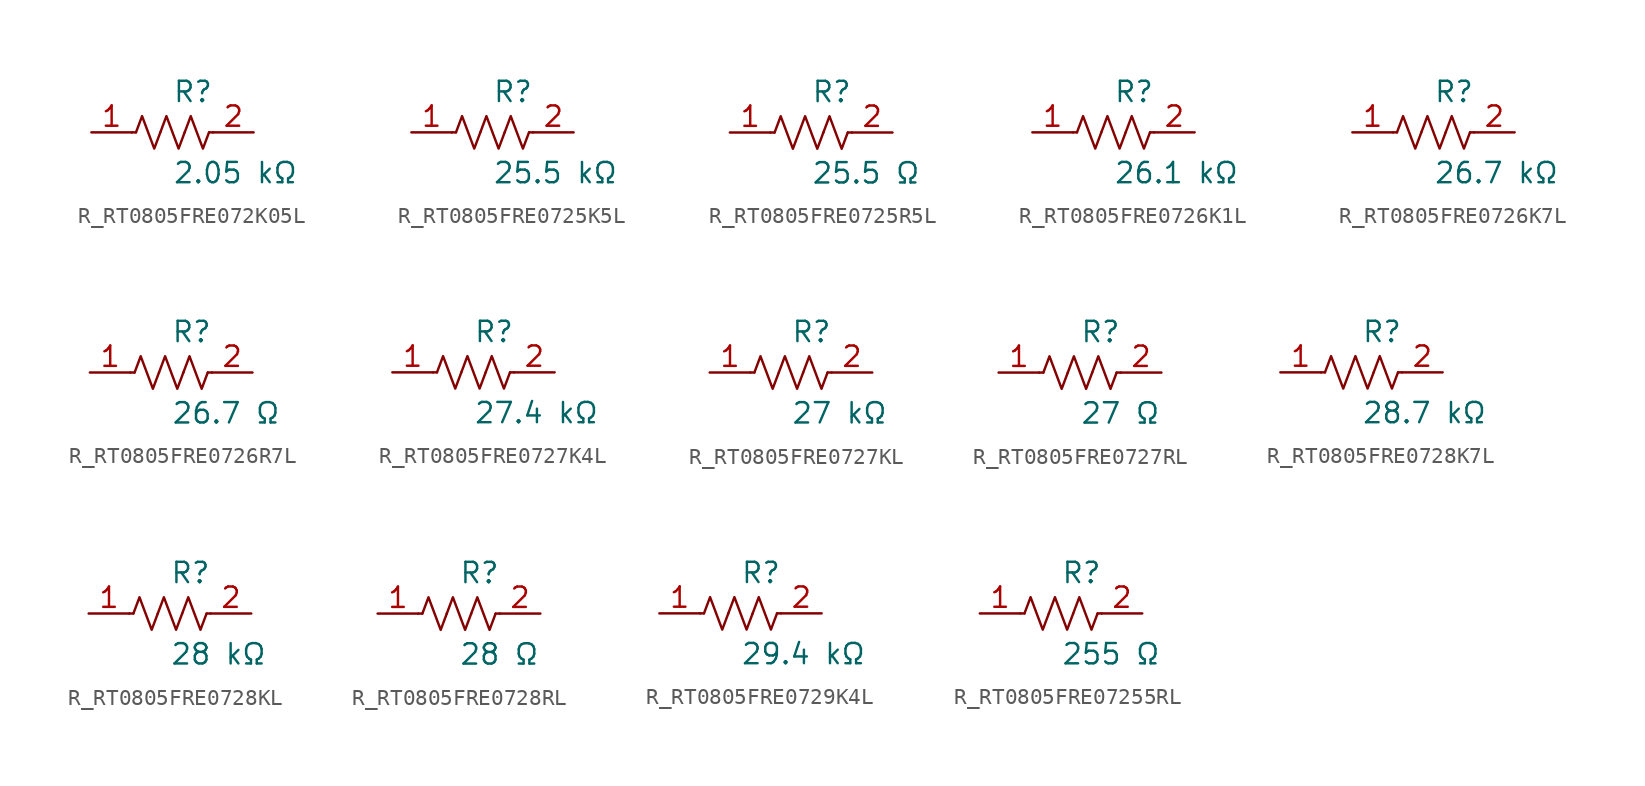
<source format=kicad_sym>
(kicad_symbol_lib
  (version 20231120)
  (generator kicad_symbol_editor)
  (generator_version 8.0)
  (symbol "R_RT0805FRE072K05L"
    (pin_names
      (offset 0.254))
    (property "Reference" "R"
      (at 0 2.54 0)
      (effects (font (size 1.27 1.27)) (justify left)))
    (property "Value" "2.05 kΩ"
      (at 0 -2.54 0)
      (effects (font (size 1.27 1.27)) (justify left)))
    (symbol "R_RT0805FRE072K05L_0_1"
      (polyline (pts (xy 2.286 0) (xy 2.54 0)) (stroke (width 0) (type default)) (fill (type none)))
      (polyline (pts (xy -2.286 0) (xy -2.54 0)) (stroke (width 0) (type default)) (fill (type none)))
      (polyline (pts (xy 0.762 0) (xy 1.143 1.016) (xy 1.524 0) (xy 1.905 -1.016) (xy 2.286 0)) (stroke (width 0) (type default)) (fill (type none)))
      (polyline (pts (xy -0.762 0) (xy -0.381 1.016) (xy 0 0) (xy 0.381 -1.016) (xy 0.762 0)) (stroke (width 0) (type default)) (fill (type none)))
      (polyline (pts (xy -2.286 0) (xy -1.905 1.016) (xy -1.524 0) (xy -1.143 -1.016) (xy -0.762 0)) (stroke (width 0) (type default)) (fill (type none))))
    (pin passive line
      (at -5.08 0 0)
      (length 2.54)
      (name "" (effects (font (size 1.27 1.27))))
      (number "1" (effects (font (size 1.27 1.27)))))
    (pin passive line
      (at 5.08 0 180)
      (length 2.54)
      (name "" (effects (font (size 1.27 1.27))))
      (number "2" (effects (font (size 1.27 1.27))))))
  (symbol "R_RT0805FRE0725K5L"
    (pin_names
      (offset 0.254))
    (property "Reference" "R"
      (at 0 2.54 0)
      (effects (font (size 1.27 1.27)) (justify left)))
    (property "Value" "25.5 kΩ"
      (at 0 -2.54 0)
      (effects (font (size 1.27 1.27)) (justify left)))
    (symbol "R_RT0805FRE0725K5L_0_1"
      (polyline (pts (xy 2.286 0) (xy 2.54 0)) (stroke (width 0) (type default)) (fill (type none)))
      (polyline (pts (xy -2.286 0) (xy -2.54 0)) (stroke (width 0) (type default)) (fill (type none)))
      (polyline (pts (xy 0.762 0) (xy 1.143 1.016) (xy 1.524 0) (xy 1.905 -1.016) (xy 2.286 0)) (stroke (width 0) (type default)) (fill (type none)))
      (polyline (pts (xy -0.762 0) (xy -0.381 1.016) (xy 0 0) (xy 0.381 -1.016) (xy 0.762 0)) (stroke (width 0) (type default)) (fill (type none)))
      (polyline (pts (xy -2.286 0) (xy -1.905 1.016) (xy -1.524 0) (xy -1.143 -1.016) (xy -0.762 0)) (stroke (width 0) (type default)) (fill (type none))))
    (pin passive line
      (at -5.08 0 0)
      (length 2.54)
      (name "" (effects (font (size 1.27 1.27))))
      (number "1" (effects (font (size 1.27 1.27)))))
    (pin passive line
      (at 5.08 0 180)
      (length 2.54)
      (name "" (effects (font (size 1.27 1.27))))
      (number "2" (effects (font (size 1.27 1.27))))))
  (symbol "R_RT0805FRE0725R5L"
    (pin_names
      (offset 0.254))
    (property "Reference" "R"
      (at 0 2.54 0)
      (effects (font (size 1.27 1.27)) (justify left)))
    (property "Value" "25.5 Ω"
      (at 0 -2.54 0)
      (effects (font (size 1.27 1.27)) (justify left)))
    (symbol "R_RT0805FRE0725R5L_0_1"
      (polyline (pts (xy 2.286 0) (xy 2.54 0)) (stroke (width 0) (type default)) (fill (type none)))
      (polyline (pts (xy -2.286 0) (xy -2.54 0)) (stroke (width 0) (type default)) (fill (type none)))
      (polyline (pts (xy 0.762 0) (xy 1.143 1.016) (xy 1.524 0) (xy 1.905 -1.016) (xy 2.286 0)) (stroke (width 0) (type default)) (fill (type none)))
      (polyline (pts (xy -0.762 0) (xy -0.381 1.016) (xy 0 0) (xy 0.381 -1.016) (xy 0.762 0)) (stroke (width 0) (type default)) (fill (type none)))
      (polyline (pts (xy -2.286 0) (xy -1.905 1.016) (xy -1.524 0) (xy -1.143 -1.016) (xy -0.762 0)) (stroke (width 0) (type default)) (fill (type none))))
    (pin passive line
      (at -5.08 0 0)
      (length 2.54)
      (name "" (effects (font (size 1.27 1.27))))
      (number "1" (effects (font (size 1.27 1.27)))))
    (pin passive line
      (at 5.08 0 180)
      (length 2.54)
      (name "" (effects (font (size 1.27 1.27))))
      (number "2" (effects (font (size 1.27 1.27))))))
  (symbol "R_RT0805FRE0726K1L"
    (pin_names
      (offset 0.254))
    (property "Reference" "R"
      (at 0 2.54 0)
      (effects (font (size 1.27 1.27)) (justify left)))
    (property "Value" "26.1 kΩ"
      (at 0 -2.54 0)
      (effects (font (size 1.27 1.27)) (justify left)))
    (symbol "R_RT0805FRE0726K1L_0_1"
      (polyline (pts (xy 2.286 0) (xy 2.54 0)) (stroke (width 0) (type default)) (fill (type none)))
      (polyline (pts (xy -2.286 0) (xy -2.54 0)) (stroke (width 0) (type default)) (fill (type none)))
      (polyline (pts (xy 0.762 0) (xy 1.143 1.016) (xy 1.524 0) (xy 1.905 -1.016) (xy 2.286 0)) (stroke (width 0) (type default)) (fill (type none)))
      (polyline (pts (xy -0.762 0) (xy -0.381 1.016) (xy 0 0) (xy 0.381 -1.016) (xy 0.762 0)) (stroke (width 0) (type default)) (fill (type none)))
      (polyline (pts (xy -2.286 0) (xy -1.905 1.016) (xy -1.524 0) (xy -1.143 -1.016) (xy -0.762 0)) (stroke (width 0) (type default)) (fill (type none))))
    (pin passive line
      (at -5.08 0 0)
      (length 2.54)
      (name "" (effects (font (size 1.27 1.27))))
      (number "1" (effects (font (size 1.27 1.27)))))
    (pin passive line
      (at 5.08 0 180)
      (length 2.54)
      (name "" (effects (font (size 1.27 1.27))))
      (number "2" (effects (font (size 1.27 1.27))))))
  (symbol "R_RT0805FRE0726K7L"
    (pin_names
      (offset 0.254))
    (property "Reference" "R"
      (at 0 2.54 0)
      (effects (font (size 1.27 1.27)) (justify left)))
    (property "Value" "26.7 kΩ"
      (at 0 -2.54 0)
      (effects (font (size 1.27 1.27)) (justify left)))
    (symbol "R_RT0805FRE0726K7L_0_1"
      (polyline (pts (xy 2.286 0) (xy 2.54 0)) (stroke (width 0) (type default)) (fill (type none)))
      (polyline (pts (xy -2.286 0) (xy -2.54 0)) (stroke (width 0) (type default)) (fill (type none)))
      (polyline (pts (xy 0.762 0) (xy 1.143 1.016) (xy 1.524 0) (xy 1.905 -1.016) (xy 2.286 0)) (stroke (width 0) (type default)) (fill (type none)))
      (polyline (pts (xy -0.762 0) (xy -0.381 1.016) (xy 0 0) (xy 0.381 -1.016) (xy 0.762 0)) (stroke (width 0) (type default)) (fill (type none)))
      (polyline (pts (xy -2.286 0) (xy -1.905 1.016) (xy -1.524 0) (xy -1.143 -1.016) (xy -0.762 0)) (stroke (width 0) (type default)) (fill (type none))))
    (pin passive line
      (at -5.08 0 0)
      (length 2.54)
      (name "" (effects (font (size 1.27 1.27))))
      (number "1" (effects (font (size 1.27 1.27)))))
    (pin passive line
      (at 5.08 0 180)
      (length 2.54)
      (name "" (effects (font (size 1.27 1.27))))
      (number "2" (effects (font (size 1.27 1.27))))))
  (symbol "R_RT0805FRE0726R7L"
    (pin_names
      (offset 0.254))
    (property "Reference" "R"
      (at 0 2.54 0)
      (effects (font (size 1.27 1.27)) (justify left)))
    (property "Value" "26.7 Ω"
      (at 0 -2.54 0)
      (effects (font (size 1.27 1.27)) (justify left)))
    (symbol "R_RT0805FRE0726R7L_0_1"
      (polyline (pts (xy 2.286 0) (xy 2.54 0)) (stroke (width 0) (type default)) (fill (type none)))
      (polyline (pts (xy -2.286 0) (xy -2.54 0)) (stroke (width 0) (type default)) (fill (type none)))
      (polyline (pts (xy 0.762 0) (xy 1.143 1.016) (xy 1.524 0) (xy 1.905 -1.016) (xy 2.286 0)) (stroke (width 0) (type default)) (fill (type none)))
      (polyline (pts (xy -0.762 0) (xy -0.381 1.016) (xy 0 0) (xy 0.381 -1.016) (xy 0.762 0)) (stroke (width 0) (type default)) (fill (type none)))
      (polyline (pts (xy -2.286 0) (xy -1.905 1.016) (xy -1.524 0) (xy -1.143 -1.016) (xy -0.762 0)) (stroke (width 0) (type default)) (fill (type none))))
    (pin passive line
      (at -5.08 0 0)
      (length 2.54)
      (name "" (effects (font (size 1.27 1.27))))
      (number "1" (effects (font (size 1.27 1.27)))))
    (pin passive line
      (at 5.08 0 180)
      (length 2.54)
      (name "" (effects (font (size 1.27 1.27))))
      (number "2" (effects (font (size 1.27 1.27))))))
  (symbol "R_RT0805FRE0727K4L"
    (pin_names
      (offset 0.254))
    (property "Reference" "R"
      (at 0 2.54 0)
      (effects (font (size 1.27 1.27)) (justify left)))
    (property "Value" "27.4 kΩ"
      (at 0 -2.54 0)
      (effects (font (size 1.27 1.27)) (justify left)))
    (symbol "R_RT0805FRE0727K4L_0_1"
      (polyline (pts (xy 2.286 0) (xy 2.54 0)) (stroke (width 0) (type default)) (fill (type none)))
      (polyline (pts (xy -2.286 0) (xy -2.54 0)) (stroke (width 0) (type default)) (fill (type none)))
      (polyline (pts (xy 0.762 0) (xy 1.143 1.016) (xy 1.524 0) (xy 1.905 -1.016) (xy 2.286 0)) (stroke (width 0) (type default)) (fill (type none)))
      (polyline (pts (xy -0.762 0) (xy -0.381 1.016) (xy 0 0) (xy 0.381 -1.016) (xy 0.762 0)) (stroke (width 0) (type default)) (fill (type none)))
      (polyline (pts (xy -2.286 0) (xy -1.905 1.016) (xy -1.524 0) (xy -1.143 -1.016) (xy -0.762 0)) (stroke (width 0) (type default)) (fill (type none))))
    (pin passive line
      (at -5.08 0 0)
      (length 2.54)
      (name "" (effects (font (size 1.27 1.27))))
      (number "1" (effects (font (size 1.27 1.27)))))
    (pin passive line
      (at 5.08 0 180)
      (length 2.54)
      (name "" (effects (font (size 1.27 1.27))))
      (number "2" (effects (font (size 1.27 1.27))))))
  (symbol "R_RT0805FRE0727KL"
    (pin_names
      (offset 0.254))
    (property "Reference" "R"
      (at 0 2.54 0)
      (effects (font (size 1.27 1.27)) (justify left)))
    (property "Value" "27 kΩ"
      (at 0 -2.54 0)
      (effects (font (size 1.27 1.27)) (justify left)))
    (symbol "R_RT0805FRE0727KL_0_1"
      (polyline (pts (xy 2.286 0) (xy 2.54 0)) (stroke (width 0) (type default)) (fill (type none)))
      (polyline (pts (xy -2.286 0) (xy -2.54 0)) (stroke (width 0) (type default)) (fill (type none)))
      (polyline (pts (xy 0.762 0) (xy 1.143 1.016) (xy 1.524 0) (xy 1.905 -1.016) (xy 2.286 0)) (stroke (width 0) (type default)) (fill (type none)))
      (polyline (pts (xy -0.762 0) (xy -0.381 1.016) (xy 0 0) (xy 0.381 -1.016) (xy 0.762 0)) (stroke (width 0) (type default)) (fill (type none)))
      (polyline (pts (xy -2.286 0) (xy -1.905 1.016) (xy -1.524 0) (xy -1.143 -1.016) (xy -0.762 0)) (stroke (width 0) (type default)) (fill (type none))))
    (pin passive line
      (at -5.08 0 0)
      (length 2.54)
      (name "" (effects (font (size 1.27 1.27))))
      (number "1" (effects (font (size 1.27 1.27)))))
    (pin passive line
      (at 5.08 0 180)
      (length 2.54)
      (name "" (effects (font (size 1.27 1.27))))
      (number "2" (effects (font (size 1.27 1.27))))))
  (symbol "R_RT0805FRE0727RL"
    (pin_names
      (offset 0.254))
    (property "Reference" "R"
      (at 0 2.54 0)
      (effects (font (size 1.27 1.27)) (justify left)))
    (property "Value" "27 Ω"
      (at 0 -2.54 0)
      (effects (font (size 1.27 1.27)) (justify left)))
    (symbol "R_RT0805FRE0727RL_0_1"
      (polyline (pts (xy 2.286 0) (xy 2.54 0)) (stroke (width 0) (type default)) (fill (type none)))
      (polyline (pts (xy -2.286 0) (xy -2.54 0)) (stroke (width 0) (type default)) (fill (type none)))
      (polyline (pts (xy 0.762 0) (xy 1.143 1.016) (xy 1.524 0) (xy 1.905 -1.016) (xy 2.286 0)) (stroke (width 0) (type default)) (fill (type none)))
      (polyline (pts (xy -0.762 0) (xy -0.381 1.016) (xy 0 0) (xy 0.381 -1.016) (xy 0.762 0)) (stroke (width 0) (type default)) (fill (type none)))
      (polyline (pts (xy -2.286 0) (xy -1.905 1.016) (xy -1.524 0) (xy -1.143 -1.016) (xy -0.762 0)) (stroke (width 0) (type default)) (fill (type none))))
    (pin passive line
      (at -5.08 0 0)
      (length 2.54)
      (name "" (effects (font (size 1.27 1.27))))
      (number "1" (effects (font (size 1.27 1.27)))))
    (pin passive line
      (at 5.08 0 180)
      (length 2.54)
      (name "" (effects (font (size 1.27 1.27))))
      (number "2" (effects (font (size 1.27 1.27))))))
  (symbol "R_RT0805FRE0728K7L"
    (pin_names
      (offset 0.254))
    (property "Reference" "R"
      (at 0 2.54 0)
      (effects (font (size 1.27 1.27)) (justify left)))
    (property "Value" "28.7 kΩ"
      (at 0 -2.54 0)
      (effects (font (size 1.27 1.27)) (justify left)))
    (symbol "R_RT0805FRE0728K7L_0_1"
      (polyline (pts (xy 2.286 0) (xy 2.54 0)) (stroke (width 0) (type default)) (fill (type none)))
      (polyline (pts (xy -2.286 0) (xy -2.54 0)) (stroke (width 0) (type default)) (fill (type none)))
      (polyline (pts (xy 0.762 0) (xy 1.143 1.016) (xy 1.524 0) (xy 1.905 -1.016) (xy 2.286 0)) (stroke (width 0) (type default)) (fill (type none)))
      (polyline (pts (xy -0.762 0) (xy -0.381 1.016) (xy 0 0) (xy 0.381 -1.016) (xy 0.762 0)) (stroke (width 0) (type default)) (fill (type none)))
      (polyline (pts (xy -2.286 0) (xy -1.905 1.016) (xy -1.524 0) (xy -1.143 -1.016) (xy -0.762 0)) (stroke (width 0) (type default)) (fill (type none))))
    (pin passive line
      (at -5.08 0 0)
      (length 2.54)
      (name "" (effects (font (size 1.27 1.27))))
      (number "1" (effects (font (size 1.27 1.27)))))
    (pin passive line
      (at 5.08 0 180)
      (length 2.54)
      (name "" (effects (font (size 1.27 1.27))))
      (number "2" (effects (font (size 1.27 1.27))))))
  (symbol "R_RT0805FRE0728KL"
    (pin_names
      (offset 0.254))
    (property "Reference" "R"
      (at 0 2.54 0)
      (effects (font (size 1.27 1.27)) (justify left)))
    (property "Value" "28 kΩ"
      (at 0 -2.54 0)
      (effects (font (size 1.27 1.27)) (justify left)))
    (symbol "R_RT0805FRE0728KL_0_1"
      (polyline (pts (xy 2.286 0) (xy 2.54 0)) (stroke (width 0) (type default)) (fill (type none)))
      (polyline (pts (xy -2.286 0) (xy -2.54 0)) (stroke (width 0) (type default)) (fill (type none)))
      (polyline (pts (xy 0.762 0) (xy 1.143 1.016) (xy 1.524 0) (xy 1.905 -1.016) (xy 2.286 0)) (stroke (width 0) (type default)) (fill (type none)))
      (polyline (pts (xy -0.762 0) (xy -0.381 1.016) (xy 0 0) (xy 0.381 -1.016) (xy 0.762 0)) (stroke (width 0) (type default)) (fill (type none)))
      (polyline (pts (xy -2.286 0) (xy -1.905 1.016) (xy -1.524 0) (xy -1.143 -1.016) (xy -0.762 0)) (stroke (width 0) (type default)) (fill (type none))))
    (pin passive line
      (at -5.08 0 0)
      (length 2.54)
      (name "" (effects (font (size 1.27 1.27))))
      (number "1" (effects (font (size 1.27 1.27)))))
    (pin passive line
      (at 5.08 0 180)
      (length 2.54)
      (name "" (effects (font (size 1.27 1.27))))
      (number "2" (effects (font (size 1.27 1.27))))))
  (symbol "R_RT0805FRE0728RL"
    (pin_names
      (offset 0.254))
    (property "Reference" "R"
      (at 0 2.54 0)
      (effects (font (size 1.27 1.27)) (justify left)))
    (property "Value" "28 Ω"
      (at 0 -2.54 0)
      (effects (font (size 1.27 1.27)) (justify left)))
    (symbol "R_RT0805FRE0728RL_0_1"
      (polyline (pts (xy 2.286 0) (xy 2.54 0)) (stroke (width 0) (type default)) (fill (type none)))
      (polyline (pts (xy -2.286 0) (xy -2.54 0)) (stroke (width 0) (type default)) (fill (type none)))
      (polyline (pts (xy 0.762 0) (xy 1.143 1.016) (xy 1.524 0) (xy 1.905 -1.016) (xy 2.286 0)) (stroke (width 0) (type default)) (fill (type none)))
      (polyline (pts (xy -0.762 0) (xy -0.381 1.016) (xy 0 0) (xy 0.381 -1.016) (xy 0.762 0)) (stroke (width 0) (type default)) (fill (type none)))
      (polyline (pts (xy -2.286 0) (xy -1.905 1.016) (xy -1.524 0) (xy -1.143 -1.016) (xy -0.762 0)) (stroke (width 0) (type default)) (fill (type none))))
    (pin passive line
      (at -5.08 0 0)
      (length 2.54)
      (name "" (effects (font (size 1.27 1.27))))
      (number "1" (effects (font (size 1.27 1.27)))))
    (pin passive line
      (at 5.08 0 180)
      (length 2.54)
      (name "" (effects (font (size 1.27 1.27))))
      (number "2" (effects (font (size 1.27 1.27))))))
  (symbol "R_RT0805FRE0729K4L"
    (pin_names
      (offset 0.254))
    (property "Reference" "R"
      (at 0 2.54 0)
      (effects (font (size 1.27 1.27)) (justify left)))
    (property "Value" "29.4 kΩ"
      (at 0 -2.54 0)
      (effects (font (size 1.27 1.27)) (justify left)))
    (symbol "R_RT0805FRE0729K4L_0_1"
      (polyline (pts (xy 2.286 0) (xy 2.54 0)) (stroke (width 0) (type default)) (fill (type none)))
      (polyline (pts (xy -2.286 0) (xy -2.54 0)) (stroke (width 0) (type default)) (fill (type none)))
      (polyline (pts (xy 0.762 0) (xy 1.143 1.016) (xy 1.524 0) (xy 1.905 -1.016) (xy 2.286 0)) (stroke (width 0) (type default)) (fill (type none)))
      (polyline (pts (xy -0.762 0) (xy -0.381 1.016) (xy 0 0) (xy 0.381 -1.016) (xy 0.762 0)) (stroke (width 0) (type default)) (fill (type none)))
      (polyline (pts (xy -2.286 0) (xy -1.905 1.016) (xy -1.524 0) (xy -1.143 -1.016) (xy -0.762 0)) (stroke (width 0) (type default)) (fill (type none))))
    (pin passive line
      (at -5.08 0 0)
      (length 2.54)
      (name "" (effects (font (size 1.27 1.27))))
      (number "1" (effects (font (size 1.27 1.27)))))
    (pin passive line
      (at 5.08 0 180)
      (length 2.54)
      (name "" (effects (font (size 1.27 1.27))))
      (number "2" (effects (font (size 1.27 1.27))))))
  (symbol "R_RT0805FRE07255RL"
    (pin_names
      (offset 0.254))
    (property "Reference" "R"
      (at 0 2.54 0)
      (effects (font (size 1.27 1.27)) (justify left)))
    (property "Value" "255 Ω"
      (at 0 -2.54 0)
      (effects (font (size 1.27 1.27)) (justify left)))
    (symbol "R_RT0805FRE07255RL_0_1"
      (polyline (pts (xy 2.286 0) (xy 2.54 0)) (stroke (width 0) (type default)) (fill (type none)))
      (polyline (pts (xy -2.286 0) (xy -2.54 0)) (stroke (width 0) (type default)) (fill (type none)))
      (polyline (pts (xy 0.762 0) (xy 1.143 1.016) (xy 1.524 0) (xy 1.905 -1.016) (xy 2.286 0)) (stroke (width 0) (type default)) (fill (type none)))
      (polyline (pts (xy -0.762 0) (xy -0.381 1.016) (xy 0 0) (xy 0.381 -1.016) (xy 0.762 0)) (stroke (width 0) (type default)) (fill (type none)))
      (polyline (pts (xy -2.286 0) (xy -1.905 1.016) (xy -1.524 0) (xy -1.143 -1.016) (xy -0.762 0)) (stroke (width 0) (type default)) (fill (type none))))
    (pin passive line
      (at -5.08 0 0)
      (length 2.54)
      (name "" (effects (font (size 1.27 1.27))))
      (number "1" (effects (font (size 1.27 1.27)))))
    (pin passive line
      (at 5.08 0 180)
      (length 2.54)
      (name "" (effects (font (size 1.27 1.27))))
      (number "2" (effects (font (size 1.27 1.27)))))))
</source>
